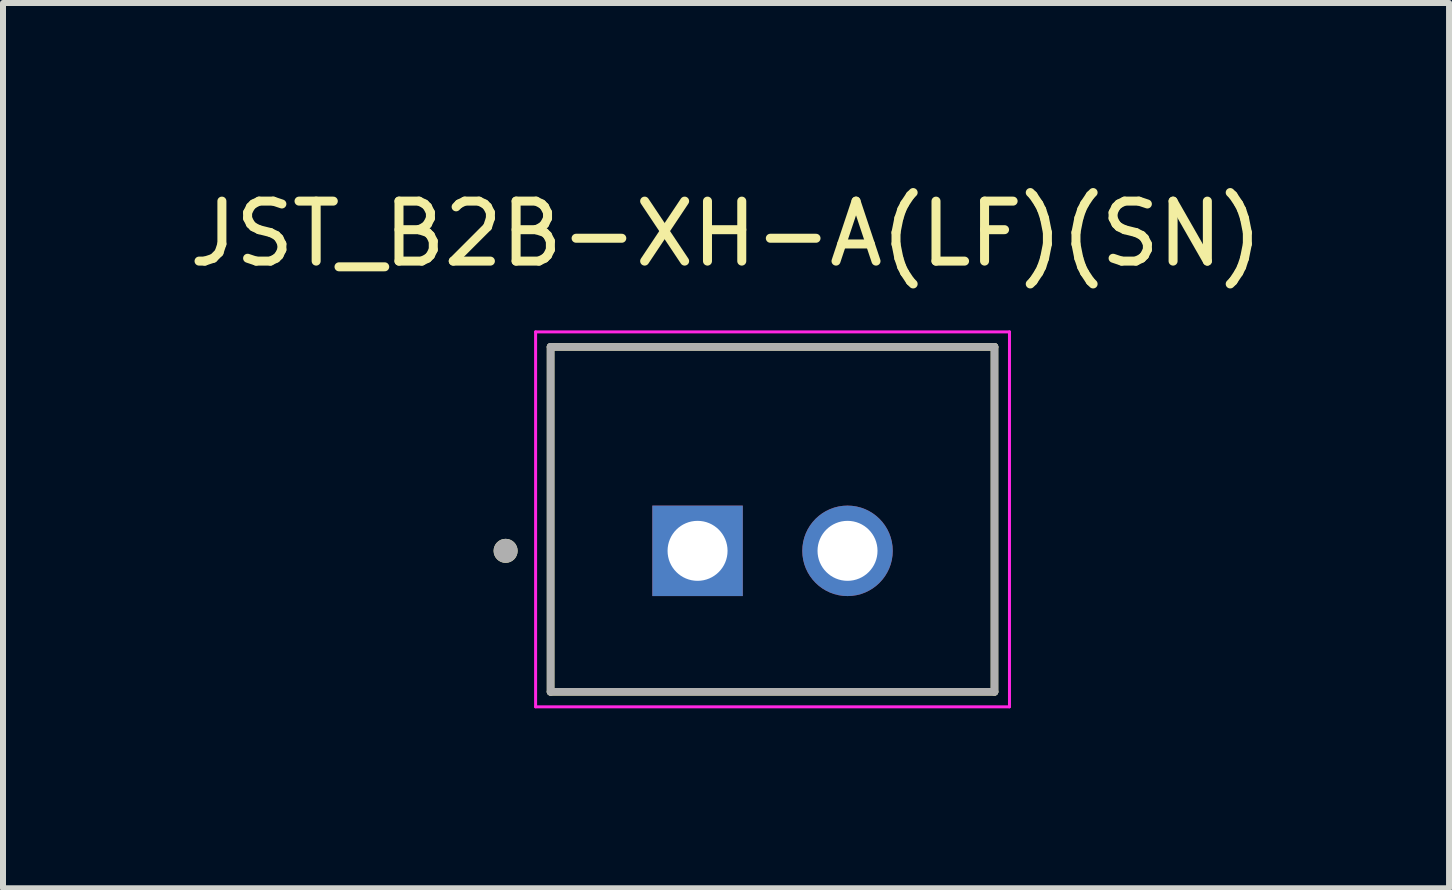
<source format=kicad_pcb>
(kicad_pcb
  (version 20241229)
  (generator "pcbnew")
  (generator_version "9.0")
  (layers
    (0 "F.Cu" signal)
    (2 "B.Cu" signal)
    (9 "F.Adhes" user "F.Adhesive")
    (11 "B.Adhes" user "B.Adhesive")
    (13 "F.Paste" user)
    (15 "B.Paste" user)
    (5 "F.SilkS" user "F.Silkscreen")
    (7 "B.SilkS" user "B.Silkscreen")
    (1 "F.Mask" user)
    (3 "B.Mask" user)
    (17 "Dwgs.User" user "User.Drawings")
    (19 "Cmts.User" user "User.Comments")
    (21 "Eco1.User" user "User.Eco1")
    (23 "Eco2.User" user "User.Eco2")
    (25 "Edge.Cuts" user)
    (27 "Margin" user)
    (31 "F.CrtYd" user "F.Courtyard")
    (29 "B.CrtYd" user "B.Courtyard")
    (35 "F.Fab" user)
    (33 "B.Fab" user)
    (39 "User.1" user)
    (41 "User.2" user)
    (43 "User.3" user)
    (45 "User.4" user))
  (footprint "JST_B2B-XH-A(LF)(SN)"
    (layer "F.Cu")
    (at 9.829 5.608)
    (property "Reference" "JST_B2B-XH-A(LF)(SN)" (at -0.775 -4.76 0) (layer "F.SilkS") (effects (font (size 1 1) (thickness 0.15))))
    (attr through_hole)
    (fp_line (start -3.7 -2.875) (end 3.7 -2.875) (stroke (width 0.127) (type solid)) (layer "F.SilkS"))
    (fp_line (start -3.7 2.875) (end -3.7 -2.875) (stroke (width 0.127) (type solid)) (layer "F.SilkS"))
    (fp_line (start 3.7 -2.875) (end 3.7 2.875) (stroke (width 0.127) (type solid)) (layer "F.SilkS"))
    (fp_line (start 3.7 2.875) (end -3.7 2.875) (stroke (width 0.127) (type solid)) (layer "F.SilkS"))
    (fp_circle (center -4.45 0.525) (end -4.35 0.525) (stroke (width 0.2) (type solid)) (fill no) (layer "F.SilkS"))
    (fp_line (start -3.95 -3.125) (end -3.95 3.125) (stroke (width 0.05) (type solid)) (layer "F.CrtYd"))
    (fp_line (start -3.95 3.125) (end 3.95 3.125) (stroke (width 0.05) (type solid)) (layer "F.CrtYd"))
    (fp_line (start 3.95 -3.125) (end -3.95 -3.125) (stroke (width 0.05) (type solid)) (layer "F.CrtYd"))
    (fp_line (start 3.95 3.125) (end 3.95 -3.125) (stroke (width 0.05) (type solid)) (layer "F.CrtYd"))
    (fp_line (start -3.7 -2.875) (end 3.7 -2.875) (stroke (width 0.127) (type solid)) (layer "F.Fab"))
    (fp_line (start -3.7 2.875) (end -3.7 -2.875) (stroke (width 0.127) (type solid)) (layer "F.Fab"))
    (fp_line (start 3.7 -2.875) (end 3.7 2.875) (stroke (width 0.127) (type solid)) (layer "F.Fab"))
    (fp_line (start 3.7 2.875) (end -3.7 2.875) (stroke (width 0.127) (type solid)) (layer "F.Fab"))
    (fp_circle (center -4.45 0.525) (end -4.35 0.525) (stroke (width 0.2) (type solid)) (fill no) (layer "F.Fab"))
    (pad "1" thru_hole rect (at -1.25 0.525) (size 1.508 1.508) (drill 1) (layers "*.Cu" "*.Mask"))
    (pad "2" thru_hole circle (at 1.25 0.525) (size 1.508 1.508) (drill 1) (layers "*.Cu" "*.Mask")))
  (gr_rect
    (start -3 -3)
    (end 21.107 11.758)
    (stroke (width 0.1) (type default))
    (fill no)
    (layer "Edge.Cuts")))
</source>
